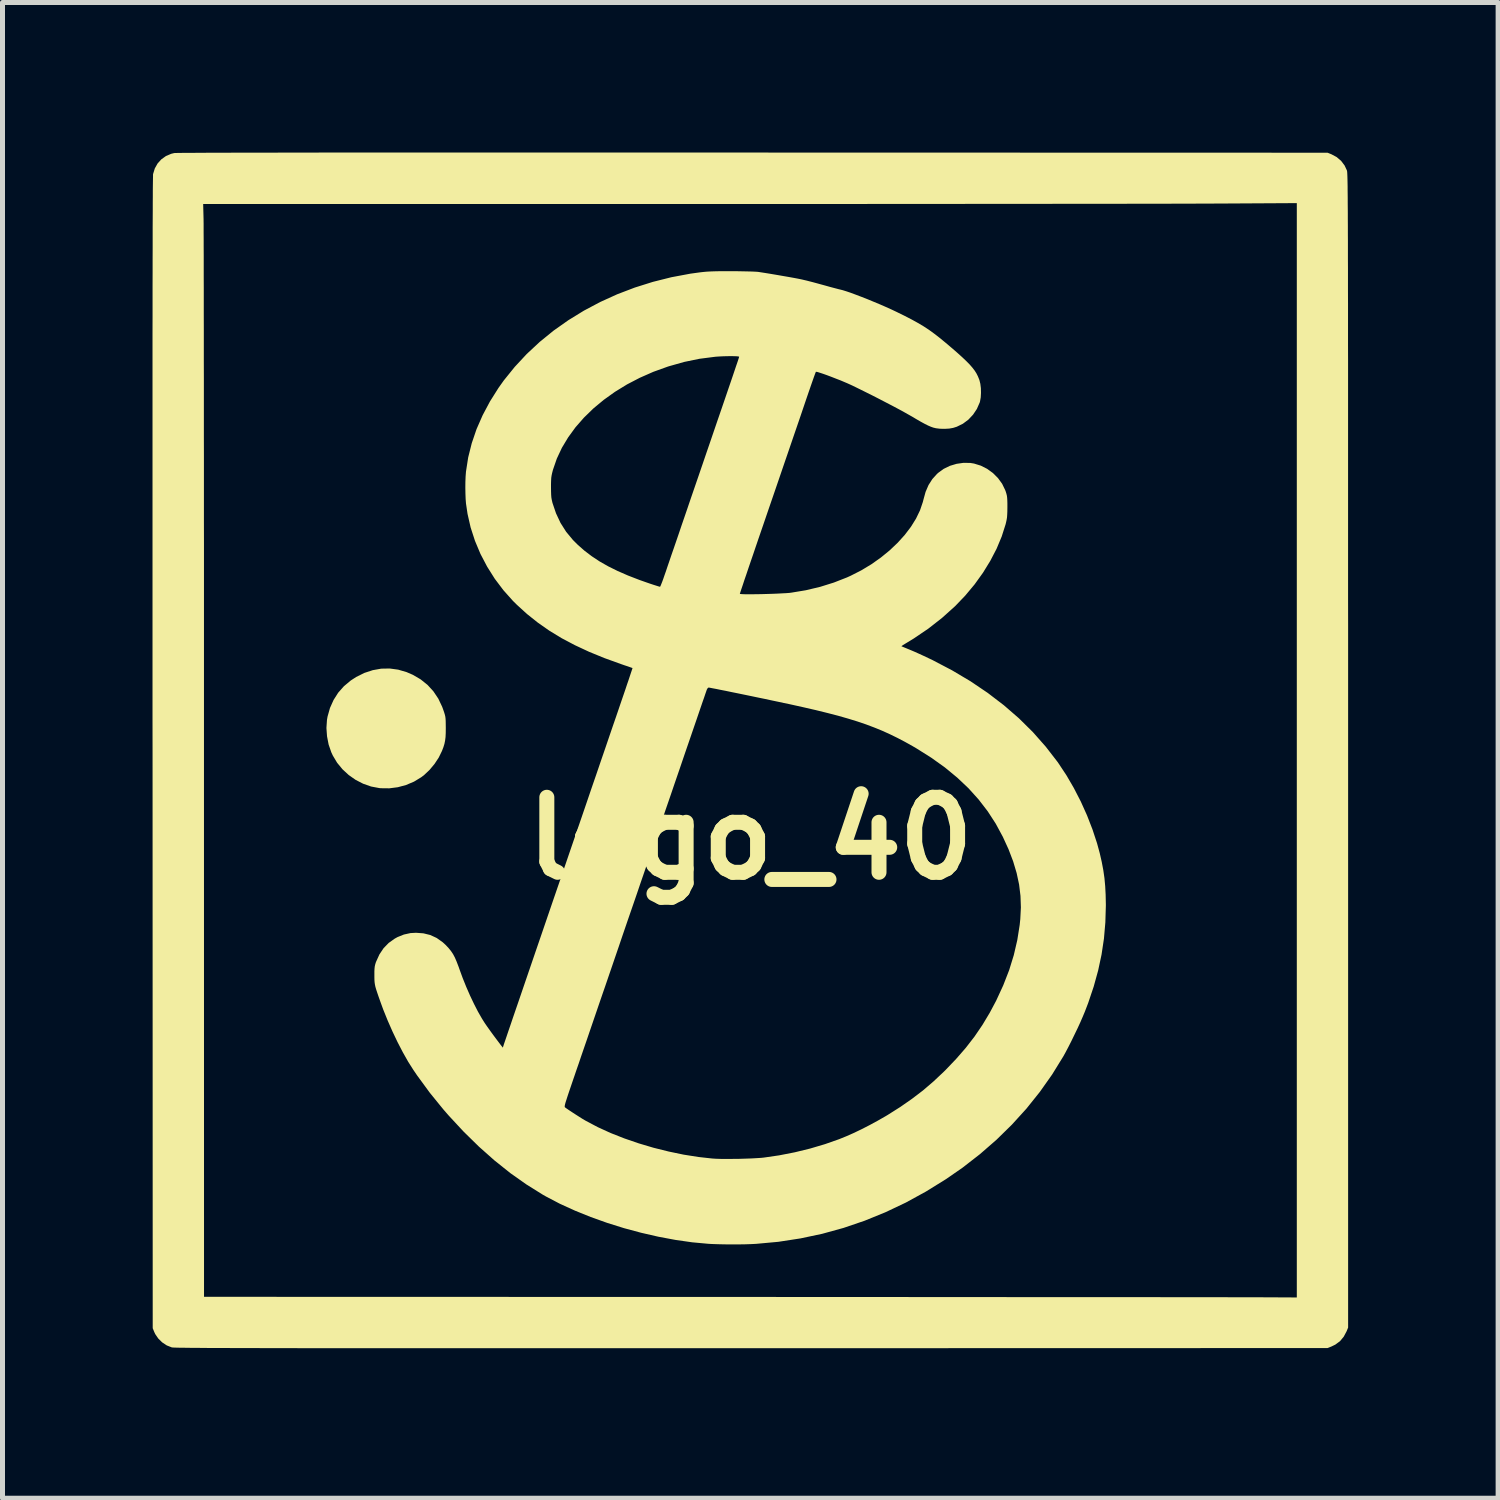
<source format=kicad_pcb>
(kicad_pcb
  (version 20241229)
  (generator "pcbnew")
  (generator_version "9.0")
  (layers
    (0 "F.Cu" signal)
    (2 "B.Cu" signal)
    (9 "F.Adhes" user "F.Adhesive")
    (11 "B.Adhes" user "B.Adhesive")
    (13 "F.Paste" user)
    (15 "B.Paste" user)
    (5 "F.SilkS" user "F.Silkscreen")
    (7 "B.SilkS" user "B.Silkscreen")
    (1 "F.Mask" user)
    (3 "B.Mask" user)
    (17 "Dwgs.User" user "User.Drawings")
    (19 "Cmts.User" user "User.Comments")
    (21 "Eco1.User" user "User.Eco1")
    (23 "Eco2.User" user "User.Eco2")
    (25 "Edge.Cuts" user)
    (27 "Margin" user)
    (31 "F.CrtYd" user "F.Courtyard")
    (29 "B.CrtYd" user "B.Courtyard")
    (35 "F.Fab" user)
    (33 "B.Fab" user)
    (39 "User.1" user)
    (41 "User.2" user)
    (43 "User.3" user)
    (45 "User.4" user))
  (footprint "logo_40"
    (layer "F.Cu")
    (at 11.957 13.716)
    (property "Reference" "logo_40" (at 0 0 0) (layer "F.SilkS") (effects (font (size 1.5 1.5) (thickness 0.3))))
    (attr board_only exclude_from_pos_files exclude_from_bom)
    (fp_poly (pts (xy -7.044 -3.374) (xy -6.876 -3.325) (xy -6.749 -3.27) (xy -6.594 -3.179) (xy -6.457 -3.069) (xy -6.34 -2.941) (xy -6.242 -2.795) (xy -6.164 -2.631) (xy -6.143 -2.573) (xy -6.124 -2.518) (xy -6.111 -2.475) (xy -6.102 -2.437) (xy -6.097 -2.398) (xy -6.094 -2.351) (xy -6.093 -2.29) (xy -6.092 -2.209) (xy -6.092 -2.209) (xy -6.093 -2.107) (xy -6.097 -2.025) (xy -6.106 -1.955) (xy -6.119 -1.891) (xy -6.139 -1.825) (xy -6.167 -1.752) (xy -6.17 -1.745) (xy -6.233 -1.616) (xy -6.317 -1.489) (xy -6.416 -1.37) (xy -6.525 -1.267) (xy -6.584 -1.222) (xy -6.727 -1.135) (xy -6.885 -1.068) (xy -7.051 -1.023) (xy -7.221 -1.001) (xy -7.391 -1.003) (xy -7.422 -1.006) (xy -7.586 -1.037) (xy -7.745 -1.093) (xy -7.895 -1.17) (xy -8.034 -1.267) (xy -8.158 -1.382) (xy -8.265 -1.512) (xy -8.351 -1.656) (xy -8.381 -1.72) (xy -8.435 -1.876) (xy -8.467 -2.041) (xy -8.479 -2.208) (xy -8.468 -2.37) (xy -8.457 -2.434) (xy -8.408 -2.608) (xy -8.336 -2.768) (xy -8.244 -2.913) (xy -8.129 -3.043) (xy -7.994 -3.156) (xy -7.885 -3.227) (xy -7.72 -3.309) (xy -7.552 -3.364) (xy -7.383 -3.394) (xy -7.213 -3.397)) (stroke (width 0) (type solid)) (fill yes) (layer "F.SilkS"))
    (fp_poly (pts (xy -3.443 -13.716) (xy -2.783 -13.716) (xy -2.098 -13.716) (xy -1.386 -13.716) (xy -0.647 -13.716) (xy 0.046 -13.715) (xy 11.542 -13.712) (xy 11.619 -13.681) (xy 11.724 -13.625) (xy 11.813 -13.549) (xy 11.883 -13.456) (xy 11.929 -13.357) (xy 11.93 -13.352) (xy 11.931 -13.346) (xy 11.933 -13.338) (xy 11.934 -13.327) (xy 11.935 -13.313) (xy 11.936 -13.296) (xy 11.937 -13.274) (xy 11.938 -13.248) (xy 11.939 -13.217) (xy 11.94 -13.18) (xy 11.941 -13.136) (xy 11.942 -13.086) (xy 11.943 -13.029) (xy 11.943 -12.964) (xy 11.944 -12.891) (xy 11.945 -12.809) (xy 11.945 -12.717) (xy 11.946 -12.616) (xy 11.947 -12.504) (xy 11.947 -12.382) (xy 11.948 -12.248) (xy 11.948 -12.102) (xy 11.949 -11.944) (xy 11.949 -11.773) (xy 11.949 -11.588) (xy 11.95 -11.39) (xy 11.95 -11.177) (xy 11.95 -10.948) (xy 11.951 -10.705) (xy 11.951 -10.445) (xy 11.951 -10.168) (xy 11.951 -9.875) (xy 11.952 -9.564) (xy 11.952 -9.235) (xy 11.952 -8.887) (xy 11.952 -8.52) (xy 11.952 -8.133) (xy 11.952 -7.726) (xy 11.952 -7.298) (xy 11.952 -6.849) (xy 11.952 -6.378) (xy 11.952 -5.885) (xy 11.952 -5.369) (xy 11.952 -4.83) (xy 11.953 -4.267) (xy 11.953 -3.68) (xy 11.953 -3.067) (xy 11.953 -2.43) (xy 11.953 -1.766) (xy 11.953 -1.753) (xy 11.953 9.783) (xy 11.922 9.859) (xy 11.865 9.966) (xy 11.791 10.055) (xy 11.697 10.124) (xy 11.619 10.162) (xy 11.542 10.193) (xy 0.02 10.196) (xy -0.652 10.196) (xy -1.298 10.196) (xy -1.919 10.196) (xy -2.514 10.196) (xy -3.085 10.196) (xy -3.632 10.196) (xy -4.156 10.196) (xy -4.656 10.196) (xy -5.135 10.196) (xy -5.591 10.196) (xy -6.025 10.196) (xy -6.439 10.196) (xy -6.832 10.196) (xy -7.206 10.196) (xy -7.559 10.196) (xy -7.894 10.196) (xy -8.21 10.195) (xy -8.509 10.195) (xy -8.789 10.195) (xy -9.053 10.195) (xy -9.3 10.194) (xy -9.531 10.194) (xy -9.747 10.194) (xy -9.948 10.193) (xy -10.134 10.193) (xy -10.306 10.193) (xy -10.465 10.192) (xy -10.61 10.192) (xy -10.743 10.191) (xy -10.864 10.191) (xy -10.974 10.19) (xy -11.072 10.189) (xy -11.16 10.189) (xy -11.238 10.188) (xy -11.307 10.187) (xy -11.366 10.186) (xy -11.417 10.186) (xy -11.459 10.185) (xy -11.494 10.184) (xy -11.523 10.183) (xy -11.544 10.182) (xy -11.56 10.181) (xy -11.569 10.18) (xy -11.573 10.179) (xy -11.672 10.14) (xy -11.764 10.079) (xy -11.842 10.002) (xy -11.903 9.913) (xy -11.922 9.872) (xy -11.953 9.796) (xy -11.956 -1.707) (xy -11.957 -2.415) (xy -11.957 -3.098) (xy -11.957 -3.755) (xy -11.957 -4.387) (xy -11.957 -4.993) (xy -11.957 -5.575) (xy -11.957 -6.132) (xy -11.957 -6.666) (xy -11.957 -7.176) (xy -11.957 -7.662) (xy -11.957 -8.126) (xy -11.957 -8.567) (xy -11.957 -8.985) (xy -11.957 -9.382) (xy -11.957 -9.758) (xy -11.957 -10.112) (xy -11.956 -10.445) (xy -11.956 -10.758) (xy -11.956 -11.051) (xy -11.955 -11.324) (xy -11.955 -11.577) (xy -11.954 -11.812) (xy -11.954 -12.027) (xy -11.954 -12.225) (xy -11.953 -12.404) (xy -11.952 -12.566) (xy -11.952 -12.687) (xy -10.944 -12.687) (xy -10.936 -12.379) (xy -10.936 -12.351) (xy -10.935 -12.296) (xy -10.935 -12.217) (xy -10.935 -12.113) (xy -10.934 -11.985) (xy -10.934 -11.834) (xy -10.933 -11.66) (xy -10.933 -11.464) (xy -10.933 -11.247) (xy -10.932 -11.01) (xy -10.932 -10.752) (xy -10.932 -10.476) (xy -10.931 -10.18) (xy -10.931 -9.867) (xy -10.931 -9.536) (xy -10.93 -9.188) (xy -10.93 -8.825) (xy -10.93 -8.446) (xy -10.93 -8.052) (xy -10.929 -7.644) (xy -10.929 -7.223) (xy -10.929 -6.789) (xy -10.929 -6.342) (xy -10.928 -5.884) (xy -10.928 -5.416) (xy -10.928 -4.937) (xy -10.928 -4.448) (xy -10.928 -3.951) (xy -10.928 -3.445) (xy -10.928 -2.932) (xy -10.928 -2.411) (xy -10.928 -1.885) (xy -10.928 -1.452) (xy -10.927 9.168) (xy -0.592 9.171) (xy -0.066 9.171) (xy 0.455 9.171) (xy 0.97 9.172) (xy 1.479 9.172) (xy 1.981 9.172) (xy 2.475 9.172) (xy 2.96 9.172) (xy 3.436 9.173) (xy 3.902 9.173) (xy 4.358 9.173) (xy 4.802 9.173) (xy 5.235 9.174) (xy 5.655 9.174) (xy 6.061 9.174) (xy 6.454 9.174) (xy 6.832 9.174) (xy 7.194 9.175) (xy 7.541 9.175) (xy 7.87 9.175) (xy 8.183 9.175) (xy 8.477 9.176) (xy 8.753 9.176) (xy 9.009 9.176) (xy 9.245 9.176) (xy 9.46 9.176) (xy 9.654 9.177) (xy 9.825 9.177) (xy 9.974 9.177) (xy 10.099 9.177) (xy 10.2 9.177) (xy 10.276 9.178) (xy 10.326 9.178) (xy 10.335 9.178) (xy 10.927 9.181) (xy 10.927 -1.762) (xy 10.927 -12.704) (xy 9.482 -12.696) (xy 9.391 -12.695) (xy 9.274 -12.695) (xy 9.133 -12.694) (xy 8.967 -12.694) (xy 8.778 -12.693) (xy 8.567 -12.693) (xy 8.334 -12.692) (xy 8.08 -12.692) (xy 7.806 -12.692) (xy 7.513 -12.691) (xy 7.202 -12.691) (xy 6.873 -12.69) (xy 6.527 -12.69) (xy 6.165 -12.69) (xy 5.787 -12.689) (xy 5.396 -12.689) (xy 4.99 -12.689) (xy 4.572 -12.689) (xy 4.142 -12.688) (xy 3.701 -12.688) (xy 3.249 -12.688) (xy 2.788 -12.688) (xy 2.318 -12.687) (xy 1.84 -12.687) (xy 1.354 -12.687) (xy 0.862 -12.687) (xy 0.365 -12.687) (xy -0.137 -12.687) (xy -0.643 -12.687) (xy -1.152 -12.687) (xy -1.454 -12.687) (xy -10.944 -12.687) (xy -11.952 -12.687) (xy -11.952 -12.71) (xy -11.951 -12.838) (xy -11.951 -12.949) (xy -11.95 -13.043) (xy -11.949 -13.122) (xy -11.948 -13.185) (xy -11.947 -13.233) (xy -11.947 -13.266) (xy -11.946 -13.284) (xy -11.945 -13.288) (xy -11.911 -13.398) (xy -11.856 -13.496) (xy -11.781 -13.579) (xy -11.689 -13.645) (xy -11.584 -13.69) (xy -11.523 -13.705) (xy -11.505 -13.706) (xy -11.462 -13.707) (xy -11.395 -13.708) (xy -11.302 -13.709) (xy -11.184 -13.709) (xy -11.04 -13.71) (xy -10.871 -13.711) (xy -10.677 -13.711) (xy -10.457 -13.712) (xy -10.212 -13.713) (xy -9.941 -13.713) (xy -9.645 -13.713) (xy -9.323 -13.714) (xy -8.975 -13.714) (xy -8.602 -13.715) (xy -8.202 -13.715) (xy -7.777 -13.715) (xy -7.327 -13.715) (xy -6.85 -13.716) (xy -6.347 -13.716) (xy -5.818 -13.716) (xy -5.264 -13.716) (xy -4.683 -13.716) (xy -4.076 -13.716)) (stroke (width 0) (type solid)) (fill yes) (layer "F.SilkS"))
    (fp_poly (pts (xy -0.37 -11.342) (xy -0.26 -11.342) (xy -0.155 -11.34) (xy -0.058 -11.338) (xy 0.026 -11.336) (xy 0.094 -11.333) (xy 0.142 -11.33) (xy 0.159 -11.328) (xy 0.276 -11.31) (xy 0.4 -11.29) (xy 0.524 -11.269) (xy 0.645 -11.248) (xy 0.755 -11.229) (xy 0.85 -11.212) (xy 0.925 -11.198) (xy 0.926 -11.198) (xy 0.981 -11.187) (xy 1.029 -11.177) (xy 1.075 -11.166) (xy 1.123 -11.155) (xy 1.177 -11.141) (xy 1.24 -11.125) (xy 1.318 -11.104) (xy 1.413 -11.078) (xy 1.515 -11.05) (xy 1.593 -11.028) (xy 1.665 -11.009) (xy 1.726 -10.993) (xy 1.771 -10.981) (xy 1.794 -10.976) (xy 1.845 -10.963) (xy 1.916 -10.941) (xy 2.005 -10.911) (xy 2.107 -10.873) (xy 2.22 -10.83) (xy 2.34 -10.783) (xy 2.463 -10.732) (xy 2.586 -10.681) (xy 2.705 -10.629) (xy 2.818 -10.578) (xy 2.92 -10.53) (xy 2.93 -10.525) (xy 3.088 -10.447) (xy 3.226 -10.376) (xy 3.349 -10.308) (xy 3.462 -10.241) (xy 3.569 -10.171) (xy 3.675 -10.094) (xy 3.785 -10.009) (xy 3.903 -9.912) (xy 4.015 -9.817) (xy 4.134 -9.714) (xy 4.234 -9.624) (xy 4.316 -9.546) (xy 4.385 -9.476) (xy 4.44 -9.413) (xy 4.485 -9.354) (xy 4.521 -9.297) (xy 4.55 -9.239) (xy 4.575 -9.177) (xy 4.58 -9.163) (xy 4.598 -9.091) (xy 4.609 -9.003) (xy 4.611 -8.909) (xy 4.606 -8.818) (xy 4.592 -8.74) (xy 4.586 -8.718) (xy 4.529 -8.588) (xy 4.452 -8.473) (xy 4.358 -8.373) (xy 4.249 -8.292) (xy 4.127 -8.232) (xy 4.054 -8.209) (xy 3.976 -8.195) (xy 3.885 -8.19) (xy 3.792 -8.192) (xy 3.709 -8.202) (xy 3.702 -8.204) (xy 3.656 -8.215) (xy 3.606 -8.233) (xy 3.551 -8.257) (xy 3.485 -8.29) (xy 3.406 -8.333) (xy 3.311 -8.388) (xy 3.248 -8.426) (xy 3.172 -8.469) (xy 3.078 -8.522) (xy 2.97 -8.581) (xy 2.85 -8.645) (xy 2.723 -8.711) (xy 2.592 -8.779) (xy 2.46 -8.847) (xy 2.332 -8.911) (xy 2.211 -8.971) (xy 2.101 -9.025) (xy 2.005 -9.071) (xy 1.927 -9.106) (xy 1.898 -9.118) (xy 1.804 -9.158) (xy 1.708 -9.195) (xy 1.616 -9.231) (xy 1.531 -9.263) (xy 1.455 -9.29) (xy 1.391 -9.311) (xy 1.344 -9.326) (xy 1.316 -9.331) (xy 1.31 -9.331) (xy 1.303 -9.316) (xy 1.289 -9.279) (xy 1.269 -9.224) (xy 1.244 -9.153) (xy 1.215 -9.07) (xy 1.183 -8.977) (xy 1.171 -8.943) (xy 1.122 -8.8) (xy 1.065 -8.632) (xy 1.001 -8.443) (xy 0.929 -8.233) (xy 0.85 -8.003) (xy 0.765 -7.754) (xy 0.674 -7.489) (xy 0.578 -7.208) (xy 0.477 -6.913) (xy 0.371 -6.605) (xy 0.262 -6.286) (xy 0.166 -6.007) (xy 0.11 -5.843) (xy 0.057 -5.686) (xy 0.006 -5.538) (xy -0.041 -5.4) (xy -0.083 -5.275) (xy -0.121 -5.165) (xy -0.152 -5.07) (xy -0.178 -4.994) (xy -0.197 -4.937) (xy -0.208 -4.902) (xy -0.212 -4.891) (xy -0.199 -4.887) (xy -0.163 -4.884) (xy -0.108 -4.882) (xy -0.036 -4.882) (xy 0.048 -4.882) (xy 0.142 -4.883) (xy 0.242 -4.885) (xy 0.344 -4.888) (xy 0.446 -4.891) (xy 0.544 -4.895) (xy 0.634 -4.9) (xy 0.714 -4.904) (xy 0.779 -4.909) (xy 0.818 -4.914) (xy 1.108 -4.962) (xy 1.394 -5.03) (xy 1.669 -5.116) (xy 1.93 -5.218) (xy 2.007 -5.253) (xy 2.219 -5.361) (xy 2.421 -5.483) (xy 2.61 -5.617) (xy 2.785 -5.76) (xy 2.945 -5.912) (xy 3.087 -6.069) (xy 3.21 -6.231) (xy 3.312 -6.395) (xy 3.392 -6.561) (xy 3.448 -6.726) (xy 3.46 -6.773) (xy 3.503 -6.929) (xy 3.562 -7.066) (xy 3.638 -7.185) (xy 3.732 -7.289) (xy 3.758 -7.312) (xy 3.866 -7.39) (xy 3.989 -7.45) (xy 4.122 -7.49) (xy 4.26 -7.51) (xy 4.396 -7.508) (xy 4.471 -7.496) (xy 4.607 -7.454) (xy 4.734 -7.39) (xy 4.85 -7.306) (xy 4.951 -7.205) (xy 5.034 -7.091) (xy 5.095 -6.965) (xy 5.108 -6.93) (xy 5.12 -6.89) (xy 5.129 -6.853) (xy 5.134 -6.814) (xy 5.137 -6.766) (xy 5.139 -6.703) (xy 5.139 -6.621) (xy 5.138 -6.535) (xy 5.135 -6.469) (xy 5.131 -6.415) (xy 5.123 -6.367) (xy 5.112 -6.317) (xy 5.103 -6.28) (xy 5.025 -6.036) (xy 4.923 -5.792) (xy 4.797 -5.55) (xy 4.65 -5.311) (xy 4.483 -5.079) (xy 4.297 -4.856) (xy 4.095 -4.645) (xy 4.085 -4.636) (xy 3.831 -4.408) (xy 3.556 -4.193) (xy 3.265 -3.996) (xy 3.145 -3.923) (xy 3.094 -3.892) (xy 3.053 -3.867) (xy 3.027 -3.849) (xy 3.019 -3.843) (xy 3.032 -3.837) (xy 3.065 -3.823) (xy 3.114 -3.803) (xy 3.174 -3.778) (xy 3.208 -3.764) (xy 3.281 -3.733) (xy 3.37 -3.693) (xy 3.466 -3.649) (xy 3.563 -3.603) (xy 3.645 -3.564) (xy 4.034 -3.36) (xy 4.401 -3.142) (xy 4.746 -2.909) (xy 5.069 -2.662) (xy 5.37 -2.401) (xy 5.649 -2.125) (xy 5.906 -1.834) (xy 6.142 -1.529) (xy 6.162 -1.5) (xy 6.319 -1.263) (xy 6.468 -1.007) (xy 6.607 -0.737) (xy 6.732 -0.459) (xy 6.841 -0.178) (xy 6.932 0.098) (xy 6.986 0.296) (xy 7.026 0.471) (xy 7.057 0.635) (xy 7.08 0.794) (xy 7.095 0.956) (xy 7.104 1.128) (xy 7.108 1.318) (xy 7.108 1.349) (xy 7.098 1.681) (xy 7.07 2.005) (xy 7.022 2.324) (xy 6.954 2.642) (xy 6.865 2.964) (xy 6.754 3.294) (xy 6.688 3.466) (xy 6.648 3.562) (xy 6.599 3.675) (xy 6.542 3.799) (xy 6.48 3.927) (xy 6.418 4.055) (xy 6.357 4.175) (xy 6.3 4.283) (xy 6.258 4.359) (xy 6.034 4.722) (xy 5.788 5.07) (xy 5.52 5.405) (xy 5.23 5.724) (xy 4.92 6.028) (xy 4.589 6.316) (xy 4.239 6.588) (xy 3.909 6.816) (xy 3.512 7.062) (xy 3.109 7.283) (xy 2.7 7.477) (xy 2.285 7.646) (xy 1.863 7.79) (xy 1.435 7.908) (xy 1.001 8) (xy 0.559 8.068) (xy 0.112 8.109) (xy 0.011 8.114) (xy -0.109 8.118) (xy -0.243 8.12) (xy -0.382 8.12) (xy -0.521 8.119) (xy -0.652 8.116) (xy -0.768 8.112) (xy -0.84 8.108) (xy -1.165 8.078) (xy -1.5 8.03) (xy -1.842 7.966) (xy -2.186 7.887) (xy -2.528 7.795) (xy -2.866 7.689) (xy -3.194 7.572) (xy -3.508 7.445) (xy -3.807 7.309) (xy -4.084 7.164) (xy -4.153 7.125) (xy -4.478 6.922) (xy -4.8 6.695) (xy -5.117 6.442) (xy -5.429 6.165) (xy -5.735 5.865) (xy -6.034 5.543) (xy -6.136 5.426) (xy -6.19 5.36) (xy -3.714 5.36) (xy -3.713 5.372) (xy -3.709 5.378) (xy -3.707 5.38) (xy -3.674 5.404) (xy -3.624 5.438) (xy -3.562 5.479) (xy -3.494 5.523) (xy -3.425 5.567) (xy -3.362 5.607) (xy -3.308 5.639) (xy -3.287 5.651) (xy -3.052 5.775) (xy -2.796 5.892) (xy -2.522 6) (xy -2.234 6.099) (xy -1.938 6.187) (xy -1.637 6.262) (xy -1.335 6.325) (xy -1.037 6.372) (xy -0.767 6.402) (xy -0.691 6.407) (xy -0.595 6.41) (xy -0.482 6.411) (xy -0.36 6.41) (xy -0.232 6.409) (xy -0.106 6.405) (xy 0.015 6.401) (xy 0.123 6.395) (xy 0.215 6.389) (xy 0.265 6.384) (xy 0.575 6.339) (xy 0.887 6.278) (xy 1.194 6.203) (xy 1.491 6.115) (xy 1.773 6.016) (xy 1.916 5.958) (xy 2.061 5.894) (xy 2.22 5.818) (xy 2.384 5.734) (xy 2.546 5.646) (xy 2.698 5.559) (xy 2.742 5.533) (xy 2.998 5.371) (xy 3.232 5.208) (xy 3.452 5.04) (xy 3.66 4.862) (xy 3.864 4.67) (xy 3.897 4.638) (xy 4.113 4.412) (xy 4.307 4.189) (xy 4.482 3.963) (xy 4.64 3.731) (xy 4.785 3.489) (xy 4.914 3.247) (xy 5.056 2.939) (xy 5.174 2.636) (xy 5.267 2.335) (xy 5.337 2.034) (xy 5.385 1.731) (xy 5.397 1.614) (xy 5.409 1.38) (xy 5.401 1.151) (xy 5.373 0.922) (xy 5.324 0.693) (xy 5.254 0.459) (xy 5.162 0.218) (xy 5.047 -0.033) (xy 4.906 -0.294) (xy 4.745 -0.542) (xy 4.564 -0.777) (xy 4.362 -1.001) (xy 4.137 -1.214) (xy 3.891 -1.417) (xy 3.62 -1.611) (xy 3.325 -1.797) (xy 3.243 -1.845) (xy 3.089 -1.931) (xy 2.938 -2.01) (xy 2.787 -2.084) (xy 2.634 -2.153) (xy 2.477 -2.217) (xy 2.313 -2.279) (xy 2.139 -2.338) (xy 1.954 -2.395) (xy 1.755 -2.452) (xy 1.539 -2.508) (xy 1.304 -2.566) (xy 1.047 -2.625) (xy 0.781 -2.684) (xy 0.67 -2.707) (xy 0.55 -2.733) (xy 0.421 -2.76) (xy 0.287 -2.789) (xy 0.15 -2.817) (xy 0.012 -2.846) (xy -0.124 -2.874) (xy -0.255 -2.901) (xy -0.379 -2.926) (xy -0.493 -2.95) (xy -0.596 -2.97) (xy -0.683 -2.988) (xy -0.753 -3.001) (xy -0.804 -3.011) (xy -0.832 -3.016) (xy -0.837 -3.016) (xy -0.855 -3.004) (xy -0.873 -2.972) (xy -0.877 -2.96) (xy -0.885 -2.936) (xy -0.902 -2.888) (xy -0.925 -2.819) (xy -0.956 -2.731) (xy -0.992 -2.626) (xy -1.033 -2.506) (xy -1.079 -2.371) (xy -1.129 -2.226) (xy -1.182 -2.071) (xy -1.238 -1.908) (xy -1.296 -1.74) (xy -1.355 -1.567) (xy -1.414 -1.393) (xy -1.474 -1.219) (xy -1.533 -1.047) (xy -1.59 -0.879) (xy -1.646 -0.717) (xy -1.699 -0.563) (xy -1.748 -0.418) (xy -1.794 -0.285) (xy -1.819 -0.212) (xy -1.874 -0.049) (xy -1.936 0.131) (xy -2.002 0.322) (xy -2.069 0.519) (xy -2.136 0.715) (xy -2.201 0.903) (xy -2.26 1.077) (xy -2.299 1.191) (xy -2.34 1.31) (xy -2.389 1.452) (xy -2.444 1.611) (xy -2.504 1.786) (xy -2.568 1.973) (xy -2.634 2.168) (xy -2.703 2.369) (xy -2.772 2.571) (xy -2.841 2.772) (xy -2.908 2.968) (xy -2.95 3.089) (xy -3.014 3.275) (xy -3.079 3.465) (xy -3.144 3.655) (xy -3.208 3.842) (xy -3.27 4.024) (xy -3.33 4.198) (xy -3.386 4.361) (xy -3.436 4.509) (xy -3.482 4.641) (xy -3.52 4.753) (xy -3.546 4.828) (xy -3.59 4.958) (xy -3.627 5.066) (xy -3.656 5.153) (xy -3.678 5.222) (xy -3.695 5.274) (xy -3.706 5.314) (xy -3.712 5.341) (xy -3.714 5.36) (xy -6.19 5.36) (xy -6.411 5.088) (xy -6.668 4.737) (xy -6.742 4.628) (xy -6.846 4.464) (xy -6.951 4.278) (xy -7.056 4.076) (xy -7.158 3.862) (xy -7.255 3.641) (xy -7.345 3.418) (xy -7.402 3.261) (xy -7.438 3.16) (xy -7.465 3.08) (xy -7.486 3.016) (xy -7.501 2.963) (xy -7.51 2.918) (xy -7.516 2.875) (xy -7.519 2.83) (xy -7.52 2.779) (xy -7.52 2.732) (xy -7.52 2.657) (xy -7.517 2.602) (xy -7.512 2.558) (xy -7.503 2.519) (xy -7.49 2.477) (xy -7.484 2.463) (xy -7.419 2.32) (xy -7.336 2.196) (xy -7.234 2.091) (xy -7.113 2.005) (xy -7.057 1.974) (xy -6.93 1.923) (xy -6.798 1.894) (xy -6.687 1.888) (xy -6.539 1.899) (xy -6.401 1.933) (xy -6.274 1.992) (xy -6.155 2.076) (xy -6.091 2.135) (xy -6.035 2.195) (xy -5.988 2.253) (xy -5.947 2.314) (xy -5.91 2.384) (xy -5.874 2.468) (xy -5.835 2.57) (xy -5.82 2.613) (xy -5.755 2.791) (xy -5.683 2.97) (xy -5.606 3.146) (xy -5.527 3.312) (xy -5.448 3.466) (xy -5.37 3.602) (xy -5.315 3.69) (xy -5.262 3.767) (xy -5.197 3.858) (xy -5.126 3.955) (xy -5.054 4.051) (xy -4.986 4.141) (xy -4.976 4.153) (xy -4.951 4.185) (xy -4.941 4.153) (xy -4.936 4.137) (xy -4.924 4.1) (xy -4.904 4.042) (xy -4.877 3.963) (xy -4.843 3.862) (xy -4.801 3.74) (xy -4.752 3.595) (xy -4.695 3.429) (xy -4.63 3.24) (xy -4.558 3.029) (xy -4.478 2.795) (xy -4.39 2.538) (xy -4.294 2.257) (xy -4.19 1.954) (xy -4.078 1.627) (xy -3.958 1.276) (xy -3.829 0.901) (xy -3.692 0.501) (xy -3.547 0.077) (xy -3.393 -0.371) (xy -3.289 -0.675) (xy -3.181 -0.992) (xy -3.08 -1.285) (xy -2.988 -1.555) (xy -2.903 -1.802) (xy -2.826 -2.028) (xy -2.756 -2.233) (xy -2.692 -2.418) (xy -2.635 -2.585) (xy -2.585 -2.732) (xy -2.54 -2.863) (xy -2.501 -2.977) (xy -2.468 -3.076) (xy -2.439 -3.16) (xy -2.416 -3.23) (xy -2.397 -3.287) (xy -2.382 -3.332) (xy -2.371 -3.365) (xy -2.363 -3.388) (xy -2.359 -3.402) (xy -2.358 -3.406) (xy -2.358 -3.406) (xy -2.371 -3.411) (xy -2.405 -3.423) (xy -2.456 -3.441) (xy -2.52 -3.462) (xy -2.586 -3.485) (xy -2.918 -3.605) (xy -3.226 -3.731) (xy -3.511 -3.864) (xy -3.776 -4.004) (xy -4.022 -4.154) (xy -4.252 -4.315) (xy -4.468 -4.487) (xy -4.67 -4.671) (xy -4.748 -4.748) (xy -4.939 -4.962) (xy -5.112 -5.191) (xy -5.265 -5.434) (xy -5.398 -5.687) (xy -5.508 -5.949) (xy -5.595 -6.217) (xy -5.657 -6.489) (xy -5.688 -6.697) (xy -5.695 -6.787) (xy -5.699 -6.894) (xy -5.701 -7.01) (xy -5.701 -7.025) (xy -3.988 -7.025) (xy -3.987 -6.939) (xy -3.985 -6.873) (xy -3.981 -6.819) (xy -3.973 -6.772) (xy -3.962 -6.724) (xy -3.958 -6.708) (xy -3.888 -6.501) (xy -3.798 -6.309) (xy -3.685 -6.131) (xy -3.549 -5.967) (xy -3.457 -5.875) (xy -3.32 -5.754) (xy -3.174 -5.643) (xy -3.017 -5.539) (xy -2.845 -5.441) (xy -2.657 -5.348) (xy -2.449 -5.257) (xy -2.219 -5.168) (xy -2.077 -5.118) (xy -1.999 -5.091) (xy -1.929 -5.068) (xy -1.872 -5.05) (xy -1.83 -5.037) (xy -1.809 -5.032) (xy -1.807 -5.032) (xy -1.799 -5.045) (xy -1.785 -5.079) (xy -1.765 -5.129) (xy -1.742 -5.192) (xy -1.726 -5.239) (xy -1.711 -5.282) (xy -1.688 -5.347) (xy -1.659 -5.434) (xy -1.623 -5.539) (xy -1.582 -5.66) (xy -1.535 -5.795) (xy -1.484 -5.943) (xy -1.43 -6.101) (xy -1.374 -6.267) (xy -1.315 -6.438) (xy -1.255 -6.613) (xy -1.25 -6.628) (xy -1.183 -6.825) (xy -1.111 -7.034) (xy -1.036 -7.252) (xy -0.96 -7.474) (xy -0.884 -7.697) (xy -0.809 -7.915) (xy -0.737 -8.126) (xy -0.669 -8.325) (xy -0.606 -8.508) (xy -0.55 -8.671) (xy -0.535 -8.715) (xy -0.484 -8.864) (xy -0.436 -9.005) (xy -0.391 -9.136) (xy -0.35 -9.257) (xy -0.314 -9.364) (xy -0.283 -9.456) (xy -0.257 -9.531) (xy -0.239 -9.586) (xy -0.228 -9.621) (xy -0.225 -9.631) (xy -0.237 -9.637) (xy -0.272 -9.641) (xy -0.324 -9.643) (xy -0.39 -9.644) (xy -0.464 -9.643) (xy -0.544 -9.641) (xy -0.624 -9.637) (xy -0.699 -9.632) (xy -0.714 -9.63) (xy -1.018 -9.591) (xy -1.324 -9.528) (xy -1.635 -9.44) (xy -1.659 -9.432) (xy -1.942 -9.33) (xy -2.212 -9.211) (xy -2.468 -9.078) (xy -2.709 -8.93) (xy -2.934 -8.769) (xy -3.141 -8.597) (xy -3.329 -8.414) (xy -3.498 -8.221) (xy -3.645 -8.019) (xy -3.77 -7.811) (xy -3.871 -7.596) (xy -3.947 -7.376) (xy -3.952 -7.359) (xy -3.966 -7.304) (xy -3.976 -7.257) (xy -3.983 -7.21) (xy -3.986 -7.155) (xy -3.988 -7.086) (xy -3.988 -7.025) (xy -5.701 -7.025) (xy -5.7 -7.127) (xy -5.696 -7.234) (xy -5.689 -7.326) (xy -5.688 -7.336) (xy -5.644 -7.619) (xy -5.573 -7.902) (xy -5.477 -8.184) (xy -5.355 -8.462) (xy -5.209 -8.737) (xy -5.039 -9.007) (xy -4.931 -9.159) (xy -4.712 -9.43) (xy -4.473 -9.687) (xy -4.213 -9.929) (xy -3.935 -10.155) (xy -3.64 -10.363) (xy -3.329 -10.554) (xy -3.003 -10.727) (xy -2.664 -10.881) (xy -2.313 -11.015) (xy -1.951 -11.129) (xy -1.58 -11.222) (xy -1.201 -11.293) (xy -1.005 -11.32) (xy -0.942 -11.327) (xy -0.877 -11.333) (xy -0.807 -11.337) (xy -0.727 -11.34) (xy -0.634 -11.342) (xy -0.522 -11.343) (xy -0.39 -11.343)) (stroke (width 0) (type solid)) (fill yes) (layer "F.SilkS")))
  (gr_rect
    (start -3 -3)
    (end 26.91 26.912)
    (stroke (width 0.1) (type default))
    (fill no)
    (layer "Edge.Cuts")))
</source>
